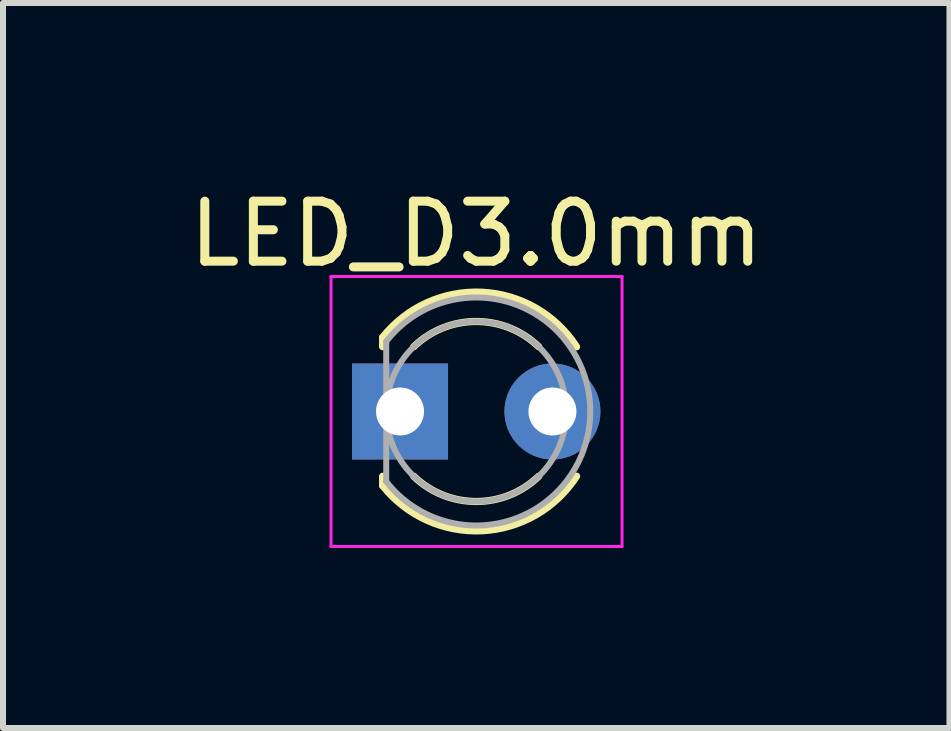
<source format=kicad_pcb>
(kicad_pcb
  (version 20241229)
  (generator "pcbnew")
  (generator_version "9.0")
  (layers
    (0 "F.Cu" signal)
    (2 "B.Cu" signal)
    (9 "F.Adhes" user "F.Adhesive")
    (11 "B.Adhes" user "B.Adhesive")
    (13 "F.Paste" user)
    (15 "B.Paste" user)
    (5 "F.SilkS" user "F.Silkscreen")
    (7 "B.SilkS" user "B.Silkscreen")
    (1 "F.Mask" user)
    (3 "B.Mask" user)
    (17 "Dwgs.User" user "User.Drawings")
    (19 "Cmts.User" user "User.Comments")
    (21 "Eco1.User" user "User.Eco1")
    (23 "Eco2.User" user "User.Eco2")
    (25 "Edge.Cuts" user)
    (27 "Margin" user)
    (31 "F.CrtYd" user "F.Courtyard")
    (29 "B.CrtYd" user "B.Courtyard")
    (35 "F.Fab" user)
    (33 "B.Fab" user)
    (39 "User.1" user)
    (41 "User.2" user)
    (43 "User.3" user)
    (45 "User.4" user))
  (footprint "LED_D3.0mm"
    (layer "F.Cu")
    (at 3.617 3.808)
    (property "Reference" "LED_D3.0mm" (at 1.27 -2.96 0) (layer "F.SilkS") (effects (font (size 1 1) (thickness 0.15))))
    (attr through_hole)
    (fp_line (start -0.29 -1.236) (end -0.29 -1.08) (stroke (width 0.12) (type solid)) (layer "F.SilkS"))
    (fp_line (start -0.29 1.08) (end -0.29 1.236) (stroke (width 0.12) (type solid)) (layer "F.SilkS"))
    (fp_arc (start -0.29 -1.235516) (mid 1.366487 -1.987659) (end 2.942335 -1.078608) (stroke (width 0.12) (type solid)) (layer "F.SilkS"))
    (fp_arc (start 0.229039 -1.08) (mid 1.270117 -1.5) (end 2.31113 -1.079837) (stroke (width 0.12) (type solid)) (layer "F.SilkS"))
    (fp_arc (start 2.31113 1.079837) (mid 1.270117 1.5) (end 0.229039 1.08) (stroke (width 0.12) (type solid)) (layer "F.SilkS"))
    (fp_arc (start 2.942335 1.078608) (mid 1.366487 1.987659) (end -0.29 1.235516) (stroke (width 0.12) (type solid)) (layer "F.SilkS"))
    (fp_line (start -1.15 -2.25) (end -1.15 2.25) (stroke (width 0.05) (type solid)) (layer "F.CrtYd"))
    (fp_line (start -1.15 2.25) (end 3.7 2.25) (stroke (width 0.05) (type solid)) (layer "F.CrtYd"))
    (fp_line (start 3.7 -2.25) (end -1.15 -2.25) (stroke (width 0.05) (type solid)) (layer "F.CrtYd"))
    (fp_line (start 3.7 2.25) (end 3.7 -2.25) (stroke (width 0.05) (type solid)) (layer "F.CrtYd"))
    (fp_line (start -0.23 -1.166) (end -0.23 1.166) (stroke (width 0.1) (type solid)) (layer "F.Fab"))
    (fp_arc (start -0.23 -1.16619) (mid 3.17 0.000452) (end -0.230555 1.165476) (stroke (width 0.1) (type solid)) (layer "F.Fab"))
    (fp_circle (center 1.27 0) (end 2.77 0) (stroke (width 0.1) (type solid)) (fill no) (layer "F.Fab"))
    (pad "1" thru_hole rect (at 0 0) (size 1.6 1.6) (drill 0.8) (layers "*.Cu" "*.Mask"))
    (pad "2" thru_hole circle (at 2.54 0) (size 1.6 1.6) (drill 0.8) (layers "*.Cu" "*.Mask")))
  (gr_rect
    (start -3 -3)
    (end 12.774 9.083)
    (stroke (width 0.1) (type default))
    (fill no)
    (layer "Edge.Cuts")))
</source>
